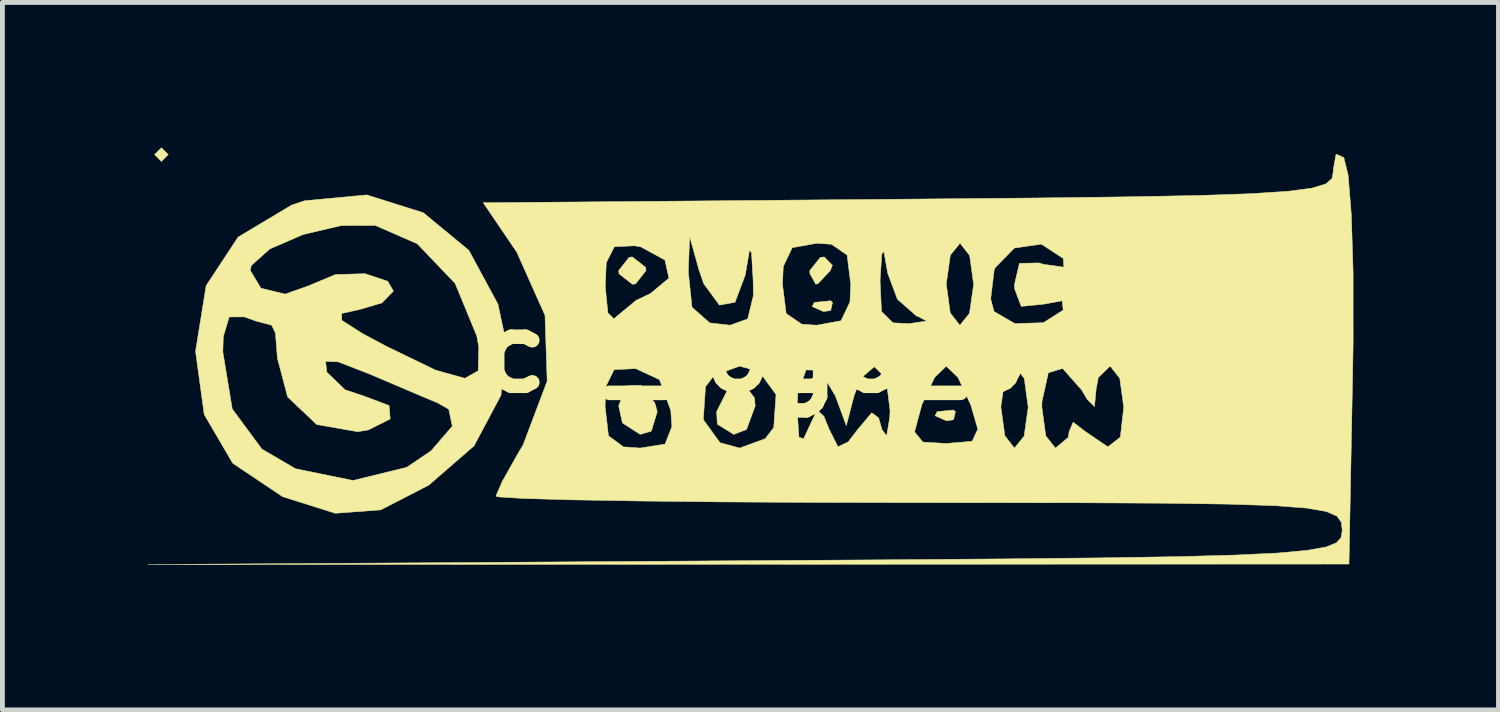
<source format=kicad_pcb>
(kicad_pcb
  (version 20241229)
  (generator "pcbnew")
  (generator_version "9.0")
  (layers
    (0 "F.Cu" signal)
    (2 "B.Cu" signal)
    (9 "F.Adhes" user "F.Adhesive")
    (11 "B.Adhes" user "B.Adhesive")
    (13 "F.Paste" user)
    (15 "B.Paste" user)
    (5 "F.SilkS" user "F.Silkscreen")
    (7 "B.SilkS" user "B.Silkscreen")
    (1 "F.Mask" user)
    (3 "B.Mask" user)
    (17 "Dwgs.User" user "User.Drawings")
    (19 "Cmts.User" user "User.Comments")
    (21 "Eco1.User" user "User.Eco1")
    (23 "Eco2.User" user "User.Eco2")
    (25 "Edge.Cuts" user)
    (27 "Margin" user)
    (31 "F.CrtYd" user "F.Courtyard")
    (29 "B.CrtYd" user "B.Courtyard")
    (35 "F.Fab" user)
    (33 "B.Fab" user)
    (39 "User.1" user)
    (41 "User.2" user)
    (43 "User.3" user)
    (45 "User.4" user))
  (footprint "cc_logo_b"
    (layer "F.Cu")
    (at 12.564 4.238)
    (property "Reference" "cc_logo_b" (at 0 0 0) (layer "F.SilkS") (effects (font (size 1.524 1.524) (thickness 0.3))))
    (attr through_hole)
    (fp_poly (pts (xy -12.136 -4.092) (xy -12.277 -3.951) (xy -12.418 -4.092) (xy -12.277 -4.233) (xy -12.136 -4.092)) (stroke (width 0.01) (type solid)) (fill yes) (layer "F.SilkS"))
    (fp_poly (pts (xy 1.599 -1.035) (xy 1.561 -0.867) (xy 1.411 -0.847) (xy 1.179 -0.95) (xy 1.223 -1.035) (xy 1.558 -1.069) (xy 1.599 -1.035)) (stroke (width 0.01) (type solid)) (fill yes) (layer "F.SilkS"))
    (fp_poly (pts (xy 4.139 1.223) (xy 4.101 1.391) (xy 3.951 1.411) (xy 3.719 1.308) (xy 3.763 1.223) (xy 4.098 1.189) (xy 4.139 1.223)) (stroke (width 0.01) (type solid)) (fill yes) (layer "F.SilkS"))
    (fp_poly (pts (xy -2.266 -1.761) (xy -2.258 -1.693) (xy -2.473 -1.419) (xy -2.54 -1.411) (xy -2.814 -1.626) (xy -2.822 -1.693) (xy -2.607 -1.967) (xy -2.54 -1.976) (xy -2.266 -1.761)) (stroke (width 0.01) (type solid)) (fill yes) (layer "F.SilkS"))
    (fp_poly (pts (xy -2.075 1.044) (xy -2.025 1.223) (xy -2.147 1.626) (xy -2.378 1.693) (xy -2.745 1.456) (xy -2.822 1.105) (xy -2.674 0.692) (xy -2.359 0.681) (xy -2.075 1.044)) (stroke (width 0.01) (type solid)) (fill yes) (layer "F.SilkS"))
    (fp_poly (pts (xy -0.016 0.937) (xy 0 1.105) (xy -0.179 1.591) (xy -0.444 1.693) (xy -0.783 1.482) (xy -0.797 1.223) (xy -0.561 0.752) (xy -0.235 0.647) (xy -0.016 0.937)) (stroke (width 0.01) (type solid)) (fill yes) (layer "F.SilkS"))
    (fp_poly (pts (xy 1.596 -1.803) (xy 1.552 -1.693) (xy 1.299 -1.424) (xy 1.253 -1.411) (xy 1.132 -1.629) (xy 1.129 -1.693) (xy 1.346 -1.965) (xy 1.428 -1.976) (xy 1.596 -1.803)) (stroke (width 0.01) (type solid)) (fill yes) (layer "F.SilkS"))
    (fp_poly (pts (xy -6.862 -2.89) (xy -5.92 -2.112) (xy -5.319 -1) (xy -5.187 -0.381) (xy -5.254 0.88) (xy -5.812 1.929) (xy -6.749 2.743) (xy -7.742 3.254) (xy -8.683 3.324) (xy -9.771 2.981) (xy -10.802 2.29) (xy -11.392 1.282) (xy -11.569 -0.012) (xy -11.007 -0.012) (xy -10.812 1.168) (xy -10.199 1.997) (xy -9.503 2.404) (xy -8.315 2.646) (xy -7.204 2.374) (xy -6.703 2.035) (xy -6.262 1.524) (xy -6.335 1.174) (xy -6.562 1.044) (xy -7.037 0.844) (xy -7.771 0.531) (xy -7.964 0.449) (xy -8.622 0.193) (xy -8.882 0.184) (xy -8.857 0.407) (xy -8.479 0.772) (xy -8.09 0.901) (xy -7.569 1.097) (xy -7.547 1.375) (xy -7.999 1.601) (xy -8.22 1.638) (xy -9.066 1.489) (xy -9.667 0.918) (xy -9.878 0.121) (xy -9.919 -0.4) (xy -9.996 -0.564) (xy -10.328 -0.652) (xy -10.56 -0.736) (xy -10.875 -0.735) (xy -10.997 -0.329) (xy -11.007 -0.012) (xy -11.569 -0.012) (xy -11.571 -0.025) (xy -11.352 -1.381) (xy -11.143 -1.699) (xy -10.442 -1.699) (xy -10.219 -1.329) (xy -9.718 -1.207) (xy -9.194 -1.393) (xy -9.184 -1.401) (xy -8.676 -1.612) (xy -8.067 -1.629) (xy -7.597 -1.472) (xy -7.479 -1.27) (xy -7.721 -1.024) (xy -8.184 -0.888) (xy -8.551 -0.807) (xy -8.547 -0.665) (xy -8.122 -0.393) (xy -7.62 -0.125) (xy -6.61 0.364) (xy -6.002 0.534) (xy -5.727 0.378) (xy -5.715 -0.112) (xy -5.755 -0.339) (xy -6.204 -1.429) (xy -6.988 -2.249) (xy -7.854 -2.627) (xy -8.556 -2.625) (xy -9.349 -2.439) (xy -10.035 -2.141) (xy -10.416 -1.801) (xy -10.442 -1.699) (xy -11.143 -1.699) (xy -10.691 -2.386) (xy -9.584 -3.048) (xy -9.313 -3.138) (xy -8.032 -3.258) (xy -6.862 -2.89)) (stroke (width 0.01) (type solid)) (fill yes) (layer "F.SilkS"))
    (fp_poly (pts (xy 12.17 -4.03) (xy 12.26 -3.664) (xy 12.326 -2.838) (xy 12.362 -1.658) (xy 12.363 -0.227) (xy 12.355 0.304) (xy 12.277 4.374) (xy -0.141 4.379) (xy -12.559 4.384) (xy -0.212 4.305) (xy 2.748 4.286) (xy 5.193 4.267) (xy 7.172 4.246) (xy 8.733 4.221) (xy 9.928 4.188) (xy 10.804 4.146) (xy 11.411 4.091) (xy 11.799 4.022) (xy 12.016 3.935) (xy 12.112 3.829) (xy 12.135 3.7) (xy 12.136 3.666) (xy 12.119 3.509) (xy 12.03 3.384) (xy 11.81 3.288) (xy 11.402 3.217) (xy 10.745 3.167) (xy 9.782 3.135) (xy 8.455 3.116) (xy 6.705 3.107) (xy 4.473 3.105) (xy 3.387 3.104) (xy 1.229 3.1) (xy -0.735 3.089) (xy -2.438 3.07) (xy -3.812 3.046) (xy -4.789 3.018) (xy -5.301 2.986) (xy -5.362 2.97) (xy -5.229 2.665) (xy -4.899 2.079) (xy -4.799 1.912) (xy -4.496 1.109) (xy -3.104 1.109) (xy -3.034 1.722) (xy -2.725 1.951) (xy -2.38 1.976) (xy -1.864 1.894) (xy -1.722 1.533) (xy -1.732 1.388) (xy -1.073 1.388) (xy -0.728 1.865) (xy -0.321 1.976) (xy 0.208 1.782) (xy 0.384 1.552) (xy 0.408 1.199) (xy 0.867 1.199) (xy 0.905 1.752) (xy 1.002 1.784) (xy 1.099 1.573) (xy 1.281 1.185) (xy 1.423 1.324) (xy 1.523 1.573) (xy 1.711 1.95) (xy 1.923 1.848) (xy 2.112 1.602) (xy 2.41 1.246) (xy 2.552 1.352) (xy 2.624 1.602) (xy 2.719 1.722) (xy 2.732 1.642) (xy 3.295 1.642) (xy 3.468 1.852) (xy 3.951 1.881) (xy 4.485 1.836) (xy 4.603 1.585) (xy 4.471 1.129) (xy 5.08 1.129) (xy 5.162 1.723) (xy 5.359 1.975) (xy 5.362 1.976) (xy 5.56 1.73) (xy 5.644 1.139) (xy 5.644 1.129) (xy 5.927 1.129) (xy 6.008 1.723) (xy 6.205 1.975) (xy 6.209 1.976) (xy 6.474 1.754) (xy 6.491 1.637) (xy 6.574 1.441) (xy 6.83 1.637) (xy 7.292 1.952) (xy 7.55 1.75) (xy 7.62 1.129) (xy 7.538 0.534) (xy 7.341 0.282) (xy 7.338 0.282) (xy 7.094 0.516) (xy 7.047 0.776) (xy 7.015 1.119) (xy 6.865 0.969) (xy 6.751 0.776) (xy 6.357 0.33) (xy 6.061 0.419) (xy 5.929 1.017) (xy 5.927 1.129) (xy 5.644 1.129) (xy 5.563 0.534) (xy 5.366 0.282) (xy 5.362 0.282) (xy 5.164 0.527) (xy 5.08 1.118) (xy 5.08 1.129) (xy 4.471 1.129) (xy 4.457 1.082) (xy 4.193 0.516) (xy 3.951 0.282) (xy 3.708 0.518) (xy 3.445 1.082) (xy 3.295 1.642) (xy 2.732 1.642) (xy 2.782 1.345) (xy 2.789 1.199) (xy 2.705 0.532) (xy 2.464 0.294) (xy 2.181 0.532) (xy 2.044 0.896) (xy 1.884 1.511) (xy 1.657 0.896) (xy 1.341 0.366) (xy 1.051 0.361) (xy 0.88 0.846) (xy 0.867 1.199) (xy 0.408 1.199) (xy 0.431 0.87) (xy 0.085 0.393) (xy -0.321 0.282) (xy -0.851 0.476) (xy -1.027 0.706) (xy -1.073 1.388) (xy -1.732 1.388) (xy -1.745 1.199) (xy -1.979 0.561) (xy -2.469 0.333) (xy -2.917 0.355) (xy -3.086 0.7) (xy -3.104 1.109) (xy -4.496 1.109) (xy -4.301 0.593) (xy -4.346 -0.769) (xy -4.61 -1.36) (xy -3.1 -1.36) (xy -3.046 -0.82) (xy -2.918 -0.693) (xy -2.888 -0.726) (xy -2.463 -1.077) (xy -2.164 -1.22) (xy -1.783 -1.537) (xy -1.813 -1.67) (xy -1.383 -1.67) (xy -1.307 -0.936) (xy -0.94 -0.612) (xy -0.517 -0.564) (xy -0.155 -0.694) (xy -0.038 -1.175) (xy -0.041 -1.411) (xy 0.564 -1.411) (xy 0.64 -0.806) (xy 0.963 -0.585) (xy 1.27 -0.564) (xy 1.774 -0.656) (xy 1.959 -1.043) (xy 1.976 -1.411) (xy 1.967 -1.482) (xy 2.582 -1.482) (xy 2.611 -0.849) (xy 2.849 -0.613) (xy 3.175 -0.597) (xy 3.547 -0.649) (xy 3.368 -0.746) (xy 3.333 -0.756) (xy 2.94 -1.102) (xy 2.825 -1.411) (xy 3.951 -1.411) (xy 4.033 -0.817) (xy 4.23 -0.565) (xy 4.233 -0.564) (xy 4.431 -0.81) (xy 4.474 -1.109) (xy 4.869 -1.109) (xy 4.937 -0.849) (xy 5.368 -0.598) (xy 5.959 -0.616) (xy 6.369 -0.877) (xy 6.346 -1.069) (xy 5.962 -0.999) (xy 5.501 -0.953) (xy 5.364 -1.315) (xy 5.362 -1.411) (xy 5.463 -1.843) (xy 5.865 -1.852) (xy 5.962 -1.823) (xy 6.382 -1.764) (xy 6.369 -1.945) (xy 5.918 -2.24) (xy 5.359 -2.16) (xy 4.961 -1.753) (xy 4.94 -1.696) (xy 4.869 -1.109) (xy 4.474 -1.109) (xy 4.516 -1.401) (xy 4.516 -1.411) (xy 4.434 -2.006) (xy 4.237 -2.258) (xy 4.233 -2.258) (xy 4.035 -2.013) (xy 3.951 -1.422) (xy 3.951 -1.411) (xy 2.825 -1.411) (xy 2.74 -1.64) (xy 2.66 -2.092) (xy 2.616 -2.03) (xy 2.582 -1.482) (xy 1.967 -1.482) (xy 1.9 -2.016) (xy 1.577 -2.238) (xy 1.27 -2.258) (xy 0.766 -2.167) (xy 0.581 -1.779) (xy 0.564 -1.411) (xy -0.041 -1.411) (xy -0.042 -1.482) (xy -0.076 -2.068) (xy -0.118 -2.113) (xy -0.199 -1.64) (xy -0.204 -1.606) (xy -0.417 -1.038) (xy -0.739 -0.98) (xy -1.063 -1.421) (xy -1.164 -1.714) (xy -1.355 -2.399) (xy -1.383 -1.67) (xy -1.813 -1.67) (xy -1.867 -1.912) (xy -2.361 -2.182) (xy -2.492 -2.207) (xy -2.912 -2.186) (xy -3.079 -1.856) (xy -3.1 -1.36) (xy -4.61 -1.36) (xy -4.928 -2.073) (xy -5.622 -3.096) (xy 3.186 -3.171) (xy 5.648 -3.193) (xy 7.602 -3.217) (xy 9.108 -3.245) (xy 10.223 -3.282) (xy 11.004 -3.332) (xy 11.51 -3.398) (xy 11.798 -3.485) (xy 11.926 -3.597) (xy 11.952 -3.738) (xy 11.95 -3.77) (xy 12.01 -4.101) (xy 12.17 -4.03)) (stroke (width 0.01) (type solid)) (fill yes) (layer "F.SilkS")))
  (gr_rect
    (start -3 -3)
    (end 27.932 11.627)
    (stroke (width 0.1) (type default))
    (fill no)
    (layer "Edge.Cuts")))
</source>
